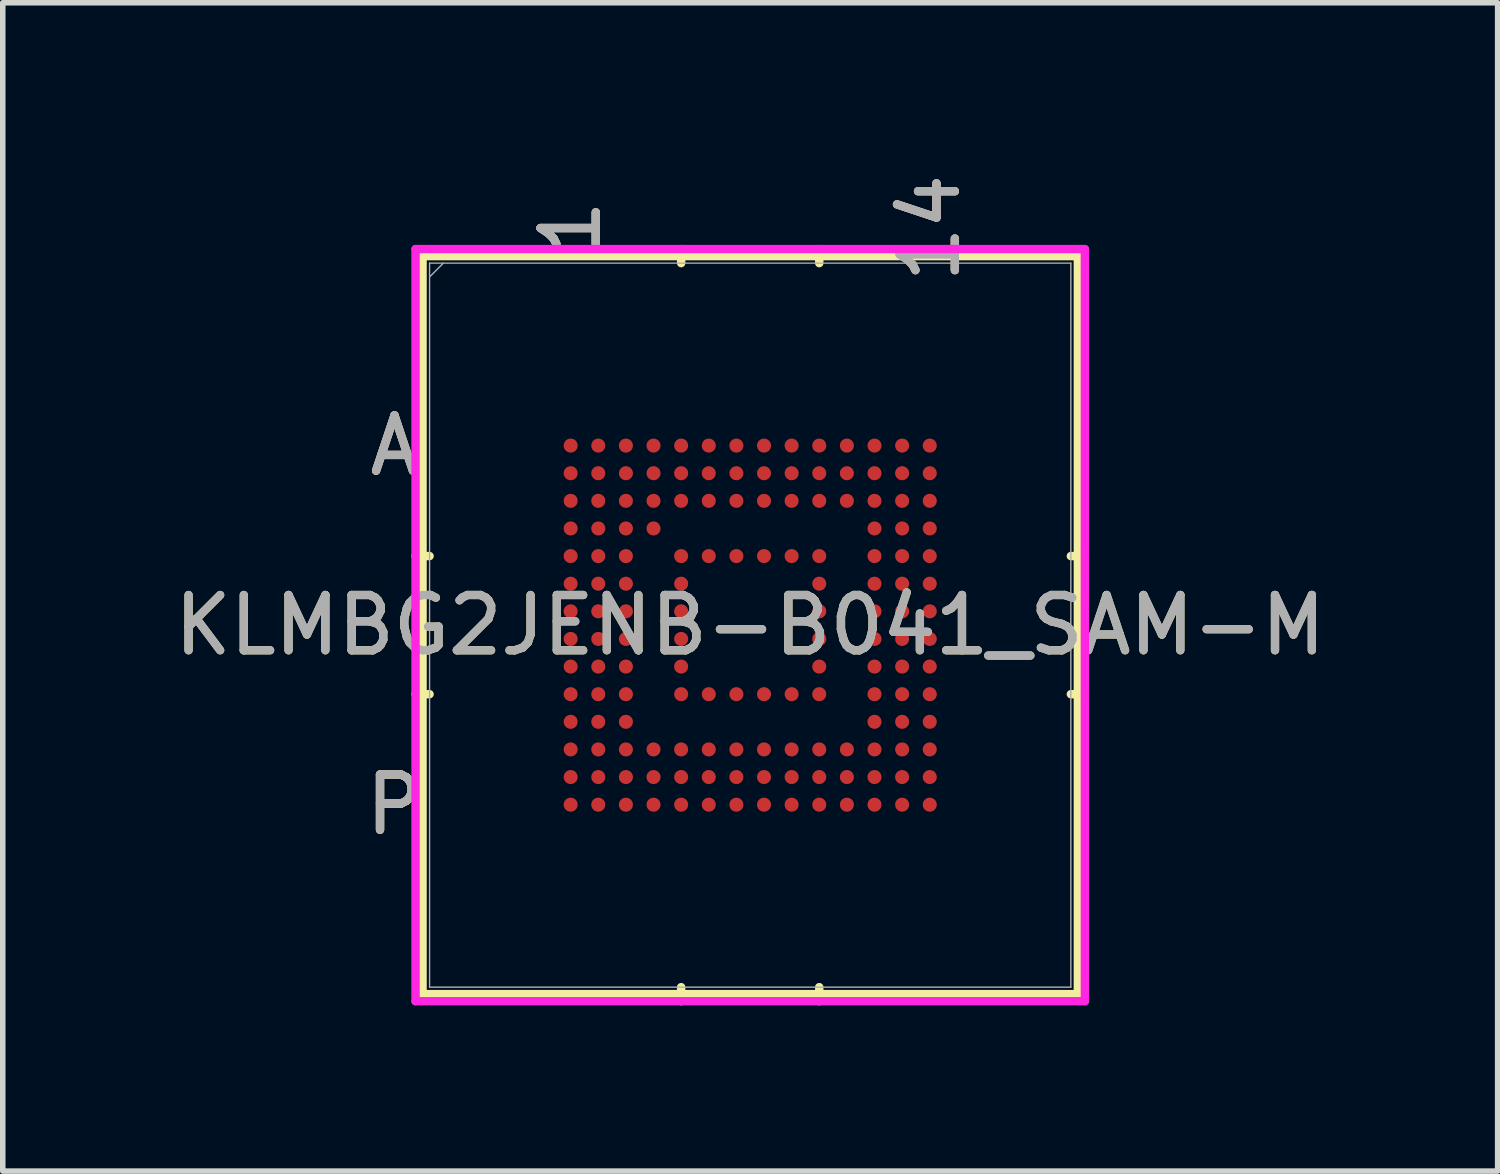
<source format=kicad_pcb>
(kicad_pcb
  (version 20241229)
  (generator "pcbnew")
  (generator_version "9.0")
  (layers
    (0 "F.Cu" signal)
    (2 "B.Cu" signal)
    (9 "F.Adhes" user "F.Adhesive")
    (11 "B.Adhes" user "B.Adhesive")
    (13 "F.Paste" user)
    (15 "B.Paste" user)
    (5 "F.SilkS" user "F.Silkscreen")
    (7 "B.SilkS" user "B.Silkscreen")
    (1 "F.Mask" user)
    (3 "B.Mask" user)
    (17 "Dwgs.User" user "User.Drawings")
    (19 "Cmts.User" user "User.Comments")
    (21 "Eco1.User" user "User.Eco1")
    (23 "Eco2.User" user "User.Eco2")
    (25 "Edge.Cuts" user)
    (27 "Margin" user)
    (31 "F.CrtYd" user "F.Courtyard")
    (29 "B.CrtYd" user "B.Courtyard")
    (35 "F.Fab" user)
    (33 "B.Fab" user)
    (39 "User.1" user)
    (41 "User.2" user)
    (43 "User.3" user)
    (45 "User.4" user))
  (footprint "KLMBG2JENB-B041_SAM-M"
    (layer "F.Cu")
    (at 10.53 8.266)
    (property "Reference" "KLMBG2JENB-B041_SAM-M" (at 0 0 0) (unlocked yes) (layer "F.SilkS") (effects (font (size 1 1) (thickness 0.15))))
    (attr smd)
    (fp_line (start -5.931 -6.68) (end -5.931 6.68) (stroke (width 0.152) (type solid)) (layer "F.SilkS"))
    (fp_line (start -5.931 6.68) (end 5.931 6.68) (stroke (width 0.152) (type solid)) (layer "F.SilkS"))
    (fp_line (start -5.804 -1.25) (end -6.058 -1.25) (stroke (width 0.152) (type solid)) (layer "F.SilkS"))
    (fp_line (start -5.804 1.25) (end -6.058 1.25) (stroke (width 0.152) (type solid)) (layer "F.SilkS"))
    (fp_line (start -1.25 -6.553) (end -1.25 -6.807) (stroke (width 0.152) (type solid)) (layer "F.SilkS"))
    (fp_line (start -1.25 6.553) (end -1.25 6.807) (stroke (width 0.152) (type solid)) (layer "F.SilkS"))
    (fp_line (start 1.25 -6.553) (end 1.25 -6.807) (stroke (width 0.152) (type solid)) (layer "F.SilkS"))
    (fp_line (start 1.25 6.553) (end 1.25 6.807) (stroke (width 0.152) (type solid)) (layer "F.SilkS"))
    (fp_line (start 5.804 -1.25) (end 6.058 -1.25) (stroke (width 0.152) (type solid)) (layer "F.SilkS"))
    (fp_line (start 5.804 1.25) (end 6.058 1.25) (stroke (width 0.152) (type solid)) (layer "F.SilkS"))
    (fp_line (start 5.931 -6.68) (end -5.931 -6.68) (stroke (width 0.152) (type solid)) (layer "F.SilkS"))
    (fp_line (start 5.931 6.68) (end 5.931 -6.68) (stroke (width 0.152) (type solid)) (layer "F.SilkS"))
    (fp_poly (pts (xy -3.945 -3.945) (xy 3.945 -3.945) (xy 3.945 3.945) (xy -3.945 3.945)) (stroke (width 0.1) (type solid)) (fill no) (layer "Eco2.User"))
    (fp_line (start -6.058 -6.807) (end 6.058 -6.807) (stroke (width 0.152) (type solid)) (layer "F.CrtYd"))
    (fp_line (start -6.058 6.807) (end -6.058 -6.807) (stroke (width 0.152) (type solid)) (layer "F.CrtYd"))
    (fp_line (start 6.058 -6.807) (end 6.058 6.807) (stroke (width 0.152) (type solid)) (layer "F.CrtYd"))
    (fp_line (start 6.058 6.807) (end -6.058 6.807) (stroke (width 0.152) (type solid)) (layer "F.CrtYd"))
    (fp_line (start -5.804 -6.553) (end -5.804 6.553) (stroke (width 0.025) (type solid)) (layer "F.Fab"))
    (fp_line (start -5.804 6.553) (end 5.804 6.553) (stroke (width 0.025) (type solid)) (layer "F.Fab"))
    (fp_line (start -5.554 -6.553) (end -5.804 -6.303) (stroke (width 0.025) (type solid)) (layer "F.Fab"))
    (fp_line (start 5.804 -6.553) (end -5.804 -6.553) (stroke (width 0.025) (type solid)) (layer "F.Fab"))
    (fp_line (start 5.804 6.553) (end 5.804 -6.553) (stroke (width 0.025) (type solid)) (layer "F.Fab"))
    (fp_text user "A" (at -6.439 -3.25 0) (unlocked yes) (layer "F.SilkS") (effects (font (size 1 1) (thickness 0.15))))
    (fp_text user "1" (at -3.25 -7.188 90) (unlocked yes) (layer "F.SilkS") (effects (font (size 1 1) (thickness 0.15))))
    (fp_text user "14" (at 3.25 -7.188 90) (unlocked yes) (layer "F.SilkS") (effects (font (size 1 1) (thickness 0.15))))
    (fp_text user "P" (at -6.439 3.25 0) (unlocked yes) (layer "F.SilkS") (effects (font (size 1 1) (thickness 0.15))))
    (fp_text user "P" (at -6.439 3.25 0) (unlocked yes) (layer "B.SilkS") (effects (font (size 1 1) (thickness 0.15))))
    (fp_text user "14" (at 3.25 -7.188 90) (unlocked yes) (layer "B.SilkS") (effects (font (size 1 1) (thickness 0.15))))
    (fp_text user "1" (at -3.25 -7.188 90) (unlocked yes) (layer "B.SilkS") (effects (font (size 1 1) (thickness 0.15))))
    (fp_text user "A" (at -6.439 -3.25 0) (unlocked yes) (layer "B.SilkS") (effects (font (size 1 1) (thickness 0.15))))
    (fp_text user "14" (at 3.25 -7.188 90) (unlocked yes) (layer "F.Fab") (effects (font (size 1 1) (thickness 0.15))))
    (fp_text user "P" (at -6.439 3.25 0) (unlocked yes) (layer "F.Fab") (effects (font (size 1 1) (thickness 0.15))))
    (fp_text user "1" (at -3.25 -7.188 90) (unlocked yes) (layer "F.Fab") (effects (font (size 1 1) (thickness 0.15))))
    (fp_text user "${REFERENCE}" (at 0 0 0) (unlocked yes) (layer "F.Fab") (effects (font (size 1 1) (thickness 0.15))))
    (fp_text user "A" (at -6.439 -3.25 0) (unlocked yes) (layer "F.Fab") (effects (font (size 1 1) (thickness 0.15))))
    (pad "A1" smd circle (at -3.25 -3.25) (size 0.254 0.254) (layers "F.Cu" "F.Mask" "F.Paste"))
    (pad "A2" smd circle (at -2.75 -3.25) (size 0.254 0.254) (layers "F.Cu" "F.Mask" "F.Paste"))
    (pad "A3" smd circle (at -2.25 -3.25) (size 0.254 0.254) (layers "F.Cu" "F.Mask" "F.Paste"))
    (pad "A4" smd circle (at -1.75 -3.25) (size 0.254 0.254) (layers "F.Cu" "F.Mask" "F.Paste"))
    (pad "A5" smd circle (at -1.25 -3.25) (size 0.254 0.254) (layers "F.Cu" "F.Mask" "F.Paste"))
    (pad "A6" smd circle (at -0.75 -3.25) (size 0.254 0.254) (layers "F.Cu" "F.Mask" "F.Paste"))
    (pad "A7" smd circle (at -0.25 -3.25) (size 0.254 0.254) (layers "F.Cu" "F.Mask" "F.Paste"))
    (pad "A8" smd circle (at 0.25 -3.25) (size 0.254 0.254) (layers "F.Cu" "F.Mask" "F.Paste"))
    (pad "A9" smd circle (at 0.75 -3.25) (size 0.254 0.254) (layers "F.Cu" "F.Mask" "F.Paste"))
    (pad "A10" smd circle (at 1.25 -3.25) (size 0.254 0.254) (layers "F.Cu" "F.Mask" "F.Paste"))
    (pad "A11" smd circle (at 1.75 -3.25) (size 0.254 0.254) (layers "F.Cu" "F.Mask" "F.Paste"))
    (pad "A12" smd circle (at 2.25 -3.25) (size 0.254 0.254) (layers "F.Cu" "F.Mask" "F.Paste"))
    (pad "A13" smd circle (at 2.75 -3.25) (size 0.254 0.254) (layers "F.Cu" "F.Mask" "F.Paste"))
    (pad "A14" smd circle (at 3.25 -3.25) (size 0.254 0.254) (layers "F.Cu" "F.Mask" "F.Paste"))
    (pad "B1" smd circle (at -3.25 -2.75) (size 0.254 0.254) (layers "F.Cu" "F.Mask" "F.Paste"))
    (pad "B2" smd circle (at -2.75 -2.75) (size 0.254 0.254) (layers "F.Cu" "F.Mask" "F.Paste"))
    (pad "B3" smd circle (at -2.25 -2.75) (size 0.254 0.254) (layers "F.Cu" "F.Mask" "F.Paste"))
    (pad "B4" smd circle (at -1.75 -2.75) (size 0.254 0.254) (layers "F.Cu" "F.Mask" "F.Paste"))
    (pad "B5" smd circle (at -1.25 -2.75) (size 0.254 0.254) (layers "F.Cu" "F.Mask" "F.Paste"))
    (pad "B6" smd circle (at -0.75 -2.75) (size 0.254 0.254) (layers "F.Cu" "F.Mask" "F.Paste"))
    (pad "B7" smd circle (at -0.25 -2.75) (size 0.254 0.254) (layers "F.Cu" "F.Mask" "F.Paste"))
    (pad "B8" smd circle (at 0.25 -2.75) (size 0.254 0.254) (layers "F.Cu" "F.Mask" "F.Paste"))
    (pad "B9" smd circle (at 0.75 -2.75) (size 0.254 0.254) (layers "F.Cu" "F.Mask" "F.Paste"))
    (pad "B10" smd circle (at 1.25 -2.75) (size 0.254 0.254) (layers "F.Cu" "F.Mask" "F.Paste"))
    (pad "B11" smd circle (at 1.75 -2.75) (size 0.254 0.254) (layers "F.Cu" "F.Mask" "F.Paste"))
    (pad "B12" smd circle (at 2.25 -2.75) (size 0.254 0.254) (layers "F.Cu" "F.Mask" "F.Paste"))
    (pad "B13" smd circle (at 2.75 -2.75) (size 0.254 0.254) (layers "F.Cu" "F.Mask" "F.Paste"))
    (pad "B14" smd circle (at 3.25 -2.75) (size 0.254 0.254) (layers "F.Cu" "F.Mask" "F.Paste"))
    (pad "C1" smd circle (at -3.25 -2.25) (size 0.254 0.254) (layers "F.Cu" "F.Mask" "F.Paste"))
    (pad "C2" smd circle (at -2.75 -2.25) (size 0.254 0.254) (layers "F.Cu" "F.Mask" "F.Paste"))
    (pad "C3" smd circle (at -2.25 -2.25) (size 0.254 0.254) (layers "F.Cu" "F.Mask" "F.Paste"))
    (pad "C4" smd circle (at -1.75 -2.25) (size 0.254 0.254) (layers "F.Cu" "F.Mask" "F.Paste"))
    (pad "C5" smd circle (at -1.25 -2.25) (size 0.254 0.254) (layers "F.Cu" "F.Mask" "F.Paste"))
    (pad "C6" smd circle (at -0.75 -2.25) (size 0.254 0.254) (layers "F.Cu" "F.Mask" "F.Paste"))
    (pad "C7" smd circle (at -0.25 -2.25) (size 0.254 0.254) (layers "F.Cu" "F.Mask" "F.Paste"))
    (pad "C8" smd circle (at 0.25 -2.25) (size 0.254 0.254) (layers "F.Cu" "F.Mask" "F.Paste"))
    (pad "C9" smd circle (at 0.75 -2.25) (size 0.254 0.254) (layers "F.Cu" "F.Mask" "F.Paste"))
    (pad "C10" smd circle (at 1.25 -2.25) (size 0.254 0.254) (layers "F.Cu" "F.Mask" "F.Paste"))
    (pad "C11" smd circle (at 1.75 -2.25) (size 0.254 0.254) (layers "F.Cu" "F.Mask" "F.Paste"))
    (pad "C12" smd circle (at 2.25 -2.25) (size 0.254 0.254) (layers "F.Cu" "F.Mask" "F.Paste"))
    (pad "C13" smd circle (at 2.75 -2.25) (size 0.254 0.254) (layers "F.Cu" "F.Mask" "F.Paste"))
    (pad "C14" smd circle (at 3.25 -2.25) (size 0.254 0.254) (layers "F.Cu" "F.Mask" "F.Paste"))
    (pad "D1" smd circle (at -3.25 -1.75) (size 0.254 0.254) (layers "F.Cu" "F.Mask" "F.Paste"))
    (pad "D2" smd circle (at -2.75 -1.75) (size 0.254 0.254) (layers "F.Cu" "F.Mask" "F.Paste"))
    (pad "D3" smd circle (at -2.25 -1.75) (size 0.254 0.254) (layers "F.Cu" "F.Mask" "F.Paste"))
    (pad "D4" smd circle (at -1.75 -1.75) (size 0.254 0.254) (layers "F.Cu" "F.Mask" "F.Paste"))
    (pad "D12" smd circle (at 2.25 -1.75) (size 0.254 0.254) (layers "F.Cu" "F.Mask" "F.Paste"))
    (pad "D13" smd circle (at 2.75 -1.75) (size 0.254 0.254) (layers "F.Cu" "F.Mask" "F.Paste"))
    (pad "D14" smd circle (at 3.25 -1.75) (size 0.254 0.254) (layers "F.Cu" "F.Mask" "F.Paste"))
    (pad "E1" smd circle (at -3.25 -1.25) (size 0.254 0.254) (layers "F.Cu" "F.Mask" "F.Paste"))
    (pad "E2" smd circle (at -2.75 -1.25) (size 0.254 0.254) (layers "F.Cu" "F.Mask" "F.Paste"))
    (pad "E3" smd circle (at -2.25 -1.25) (size 0.254 0.254) (layers "F.Cu" "F.Mask" "F.Paste"))
    (pad "E5" smd circle (at -1.25 -1.25) (size 0.254 0.254) (layers "F.Cu" "F.Mask" "F.Paste"))
    (pad "E6" smd circle (at -0.75 -1.25) (size 0.254 0.254) (layers "F.Cu" "F.Mask" "F.Paste"))
    (pad "E7" smd circle (at -0.25 -1.25) (size 0.254 0.254) (layers "F.Cu" "F.Mask" "F.Paste"))
    (pad "E8" smd circle (at 0.25 -1.25) (size 0.254 0.254) (layers "F.Cu" "F.Mask" "F.Paste"))
    (pad "E9" smd circle (at 0.75 -1.25) (size 0.254 0.254) (layers "F.Cu" "F.Mask" "F.Paste"))
    (pad "E10" smd circle (at 1.25 -1.25) (size 0.254 0.254) (layers "F.Cu" "F.Mask" "F.Paste"))
    (pad "E12" smd circle (at 2.25 -1.25) (size 0.254 0.254) (layers "F.Cu" "F.Mask" "F.Paste"))
    (pad "E13" smd circle (at 2.75 -1.25) (size 0.254 0.254) (layers "F.Cu" "F.Mask" "F.Paste"))
    (pad "E14" smd circle (at 3.25 -1.25) (size 0.254 0.254) (layers "F.Cu" "F.Mask" "F.Paste"))
    (pad "F1" smd circle (at -3.25 -0.75) (size 0.254 0.254) (layers "F.Cu" "F.Mask" "F.Paste"))
    (pad "F2" smd circle (at -2.75 -0.75) (size 0.254 0.254) (layers "F.Cu" "F.Mask" "F.Paste"))
    (pad "F3" smd circle (at -2.25 -0.75) (size 0.254 0.254) (layers "F.Cu" "F.Mask" "F.Paste"))
    (pad "F5" smd circle (at -1.25 -0.75) (size 0.254 0.254) (layers "F.Cu" "F.Mask" "F.Paste"))
    (pad "F10" smd circle (at 1.25 -0.75) (size 0.254 0.254) (layers "F.Cu" "F.Mask" "F.Paste"))
    (pad "F12" smd circle (at 2.25 -0.75) (size 0.254 0.254) (layers "F.Cu" "F.Mask" "F.Paste"))
    (pad "F13" smd circle (at 2.75 -0.75) (size 0.254 0.254) (layers "F.Cu" "F.Mask" "F.Paste"))
    (pad "F14" smd circle (at 3.25 -0.75) (size 0.254 0.254) (layers "F.Cu" "F.Mask" "F.Paste"))
    (pad "G1" smd circle (at -3.25 -0.25) (size 0.254 0.254) (layers "F.Cu" "F.Mask" "F.Paste"))
    (pad "G2" smd circle (at -2.75 -0.25) (size 0.254 0.254) (layers "F.Cu" "F.Mask" "F.Paste"))
    (pad "G3" smd circle (at -2.25 -0.25) (size 0.254 0.254) (layers "F.Cu" "F.Mask" "F.Paste"))
    (pad "G5" smd circle (at -1.25 -0.25) (size 0.254 0.254) (layers "F.Cu" "F.Mask" "F.Paste"))
    (pad "G10" smd circle (at 1.25 -0.25) (size 0.254 0.254) (layers "F.Cu" "F.Mask" "F.Paste"))
    (pad "G12" smd circle (at 2.25 -0.25) (size 0.254 0.254) (layers "F.Cu" "F.Mask" "F.Paste"))
    (pad "G13" smd circle (at 2.75 -0.25) (size 0.254 0.254) (layers "F.Cu" "F.Mask" "F.Paste"))
    (pad "G14" smd circle (at 3.25 -0.25) (size 0.254 0.254) (layers "F.Cu" "F.Mask" "F.Paste"))
    (pad "H1" smd circle (at -3.25 0.25) (size 0.254 0.254) (layers "F.Cu" "F.Mask" "F.Paste"))
    (pad "H2" smd circle (at -2.75 0.25) (size 0.254 0.254) (layers "F.Cu" "F.Mask" "F.Paste"))
    (pad "H3" smd circle (at -2.25 0.25) (size 0.254 0.254) (layers "F.Cu" "F.Mask" "F.Paste"))
    (pad "H5" smd circle (at -1.25 0.25) (size 0.254 0.254) (layers "F.Cu" "F.Mask" "F.Paste"))
    (pad "H10" smd circle (at 1.25 0.25) (size 0.254 0.254) (layers "F.Cu" "F.Mask" "F.Paste"))
    (pad "H12" smd circle (at 2.25 0.25) (size 0.254 0.254) (layers "F.Cu" "F.Mask" "F.Paste"))
    (pad "H13" smd circle (at 2.75 0.25) (size 0.254 0.254) (layers "F.Cu" "F.Mask" "F.Paste"))
    (pad "H14" smd circle (at 3.25 0.25) (size 0.254 0.254) (layers "F.Cu" "F.Mask" "F.Paste"))
    (pad "J1" smd circle (at -3.25 0.75) (size 0.254 0.254) (layers "F.Cu" "F.Mask" "F.Paste"))
    (pad "J2" smd circle (at -2.75 0.75) (size 0.254 0.254) (layers "F.Cu" "F.Mask" "F.Paste"))
    (pad "J3" smd circle (at -2.25 0.75) (size 0.254 0.254) (layers "F.Cu" "F.Mask" "F.Paste"))
    (pad "J5" smd circle (at -1.25 0.75) (size 0.254 0.254) (layers "F.Cu" "F.Mask" "F.Paste"))
    (pad "J10" smd circle (at 1.25 0.75) (size 0.254 0.254) (layers "F.Cu" "F.Mask" "F.Paste"))
    (pad "J12" smd circle (at 2.25 0.75) (size 0.254 0.254) (layers "F.Cu" "F.Mask" "F.Paste"))
    (pad "J13" smd circle (at 2.75 0.75) (size 0.254 0.254) (layers "F.Cu" "F.Mask" "F.Paste"))
    (pad "J14" smd circle (at 3.25 0.75) (size 0.254 0.254) (layers "F.Cu" "F.Mask" "F.Paste"))
    (pad "K1" smd circle (at -3.25 1.25) (size 0.254 0.254) (layers "F.Cu" "F.Mask" "F.Paste"))
    (pad "K2" smd circle (at -2.75 1.25) (size 0.254 0.254) (layers "F.Cu" "F.Mask" "F.Paste"))
    (pad "K3" smd circle (at -2.25 1.25) (size 0.254 0.254) (layers "F.Cu" "F.Mask" "F.Paste"))
    (pad "K5" smd circle (at -1.25 1.25) (size 0.254 0.254) (layers "F.Cu" "F.Mask" "F.Paste"))
    (pad "K6" smd circle (at -0.75 1.25) (size 0.254 0.254) (layers "F.Cu" "F.Mask" "F.Paste"))
    (pad "K7" smd circle (at -0.25 1.25) (size 0.254 0.254) (layers "F.Cu" "F.Mask" "F.Paste"))
    (pad "K8" smd circle (at 0.25 1.25) (size 0.254 0.254) (layers "F.Cu" "F.Mask" "F.Paste"))
    (pad "K9" smd circle (at 0.75 1.25) (size 0.254 0.254) (layers "F.Cu" "F.Mask" "F.Paste"))
    (pad "K10" smd circle (at 1.25 1.25) (size 0.254 0.254) (layers "F.Cu" "F.Mask" "F.Paste"))
    (pad "K12" smd circle (at 2.25 1.25) (size 0.254 0.254) (layers "F.Cu" "F.Mask" "F.Paste"))
    (pad "K13" smd circle (at 2.75 1.25) (size 0.254 0.254) (layers "F.Cu" "F.Mask" "F.Paste"))
    (pad "K14" smd circle (at 3.25 1.25) (size 0.254 0.254) (layers "F.Cu" "F.Mask" "F.Paste"))
    (pad "L1" smd circle (at -3.25 1.75) (size 0.254 0.254) (layers "F.Cu" "F.Mask" "F.Paste"))
    (pad "L2" smd circle (at -2.75 1.75) (size 0.254 0.254) (layers "F.Cu" "F.Mask" "F.Paste"))
    (pad "L3" smd circle (at -2.25 1.75) (size 0.254 0.254) (layers "F.Cu" "F.Mask" "F.Paste"))
    (pad "L12" smd circle (at 2.25 1.75) (size 0.254 0.254) (layers "F.Cu" "F.Mask" "F.Paste"))
    (pad "L13" smd circle (at 2.75 1.75) (size 0.254 0.254) (layers "F.Cu" "F.Mask" "F.Paste"))
    (pad "L14" smd circle (at 3.25 1.75) (size 0.254 0.254) (layers "F.Cu" "F.Mask" "F.Paste"))
    (pad "M1" smd circle (at -3.25 2.25) (size 0.254 0.254) (layers "F.Cu" "F.Mask" "F.Paste"))
    (pad "M2" smd circle (at -2.75 2.25) (size 0.254 0.254) (layers "F.Cu" "F.Mask" "F.Paste"))
    (pad "M3" smd circle (at -2.25 2.25) (size 0.254 0.254) (layers "F.Cu" "F.Mask" "F.Paste"))
    (pad "M4" smd circle (at -1.75 2.25) (size 0.254 0.254) (layers "F.Cu" "F.Mask" "F.Paste"))
    (pad "M5" smd circle (at -1.25 2.25) (size 0.254 0.254) (layers "F.Cu" "F.Mask" "F.Paste"))
    (pad "M6" smd circle (at -0.75 2.25) (size 0.254 0.254) (layers "F.Cu" "F.Mask" "F.Paste"))
    (pad "M7" smd circle (at -0.25 2.25) (size 0.254 0.254) (layers "F.Cu" "F.Mask" "F.Paste"))
    (pad "M8" smd circle (at 0.25 2.25) (size 0.254 0.254) (layers "F.Cu" "F.Mask" "F.Paste"))
    (pad "M9" smd circle (at 0.75 2.25) (size 0.254 0.254) (layers "F.Cu" "F.Mask" "F.Paste"))
    (pad "M10" smd circle (at 1.25 2.25) (size 0.254 0.254) (layers "F.Cu" "F.Mask" "F.Paste"))
    (pad "M11" smd circle (at 1.75 2.25) (size 0.254 0.254) (layers "F.Cu" "F.Mask" "F.Paste"))
    (pad "M12" smd circle (at 2.25 2.25) (size 0.254 0.254) (layers "F.Cu" "F.Mask" "F.Paste"))
    (pad "M13" smd circle (at 2.75 2.25) (size 0.254 0.254) (layers "F.Cu" "F.Mask" "F.Paste"))
    (pad "M14" smd circle (at 3.25 2.25) (size 0.254 0.254) (layers "F.Cu" "F.Mask" "F.Paste"))
    (pad "N1" smd circle (at -3.25 2.75) (size 0.254 0.254) (layers "F.Cu" "F.Mask" "F.Paste"))
    (pad "N2" smd circle (at -2.75 2.75) (size 0.254 0.254) (layers "F.Cu" "F.Mask" "F.Paste"))
    (pad "N3" smd circle (at -2.25 2.75) (size 0.254 0.254) (layers "F.Cu" "F.Mask" "F.Paste"))
    (pad "N4" smd circle (at -1.75 2.75) (size 0.254 0.254) (layers "F.Cu" "F.Mask" "F.Paste"))
    (pad "N5" smd circle (at -1.25 2.75) (size 0.254 0.254) (layers "F.Cu" "F.Mask" "F.Paste"))
    (pad "N6" smd circle (at -0.75 2.75) (size 0.254 0.254) (layers "F.Cu" "F.Mask" "F.Paste"))
    (pad "N7" smd circle (at -0.25 2.75) (size 0.254 0.254) (layers "F.Cu" "F.Mask" "F.Paste"))
    (pad "N8" smd circle (at 0.25 2.75) (size 0.254 0.254) (layers "F.Cu" "F.Mask" "F.Paste"))
    (pad "N9" smd circle (at 0.75 2.75) (size 0.254 0.254) (layers "F.Cu" "F.Mask" "F.Paste"))
    (pad "N10" smd circle (at 1.25 2.75) (size 0.254 0.254) (layers "F.Cu" "F.Mask" "F.Paste"))
    (pad "N11" smd circle (at 1.75 2.75) (size 0.254 0.254) (layers "F.Cu" "F.Mask" "F.Paste"))
    (pad "N12" smd circle (at 2.25 2.75) (size 0.254 0.254) (layers "F.Cu" "F.Mask" "F.Paste"))
    (pad "N13" smd circle (at 2.75 2.75) (size 0.254 0.254) (layers "F.Cu" "F.Mask" "F.Paste"))
    (pad "N14" smd circle (at 3.25 2.75) (size 0.254 0.254) (layers "F.Cu" "F.Mask" "F.Paste"))
    (pad "P1" smd circle (at -3.25 3.25) (size 0.254 0.254) (layers "F.Cu" "F.Mask" "F.Paste"))
    (pad "P2" smd circle (at -2.75 3.25) (size 0.254 0.254) (layers "F.Cu" "F.Mask" "F.Paste"))
    (pad "P3" smd circle (at -2.25 3.25) (size 0.254 0.254) (layers "F.Cu" "F.Mask" "F.Paste"))
    (pad "P4" smd circle (at -1.75 3.25) (size 0.254 0.254) (layers "F.Cu" "F.Mask" "F.Paste"))
    (pad "P5" smd circle (at -1.25 3.25) (size 0.254 0.254) (layers "F.Cu" "F.Mask" "F.Paste"))
    (pad "P6" smd circle (at -0.75 3.25) (size 0.254 0.254) (layers "F.Cu" "F.Mask" "F.Paste"))
    (pad "P7" smd circle (at -0.25 3.25) (size 0.254 0.254) (layers "F.Cu" "F.Mask" "F.Paste"))
    (pad "P8" smd circle (at 0.25 3.25) (size 0.254 0.254) (layers "F.Cu" "F.Mask" "F.Paste"))
    (pad "P9" smd circle (at 0.75 3.25) (size 0.254 0.254) (layers "F.Cu" "F.Mask" "F.Paste"))
    (pad "P10" smd circle (at 1.25 3.25) (size 0.254 0.254) (layers "F.Cu" "F.Mask" "F.Paste"))
    (pad "P11" smd circle (at 1.75 3.25) (size 0.254 0.254) (layers "F.Cu" "F.Mask" "F.Paste"))
    (pad "P12" smd circle (at 2.25 3.25) (size 0.254 0.254) (layers "F.Cu" "F.Mask" "F.Paste"))
    (pad "P13" smd circle (at 2.75 3.25) (size 0.254 0.254) (layers "F.Cu" "F.Mask" "F.Paste"))
    (pad "P14" smd circle (at 3.25 3.25) (size 0.254 0.254) (layers "F.Cu" "F.Mask" "F.Paste")))
  (gr_rect
    (start -3 -3)
    (end 24.06 18.149)
    (stroke (width 0.1) (type default))
    (fill no)
    (layer "Edge.Cuts")))
</source>
